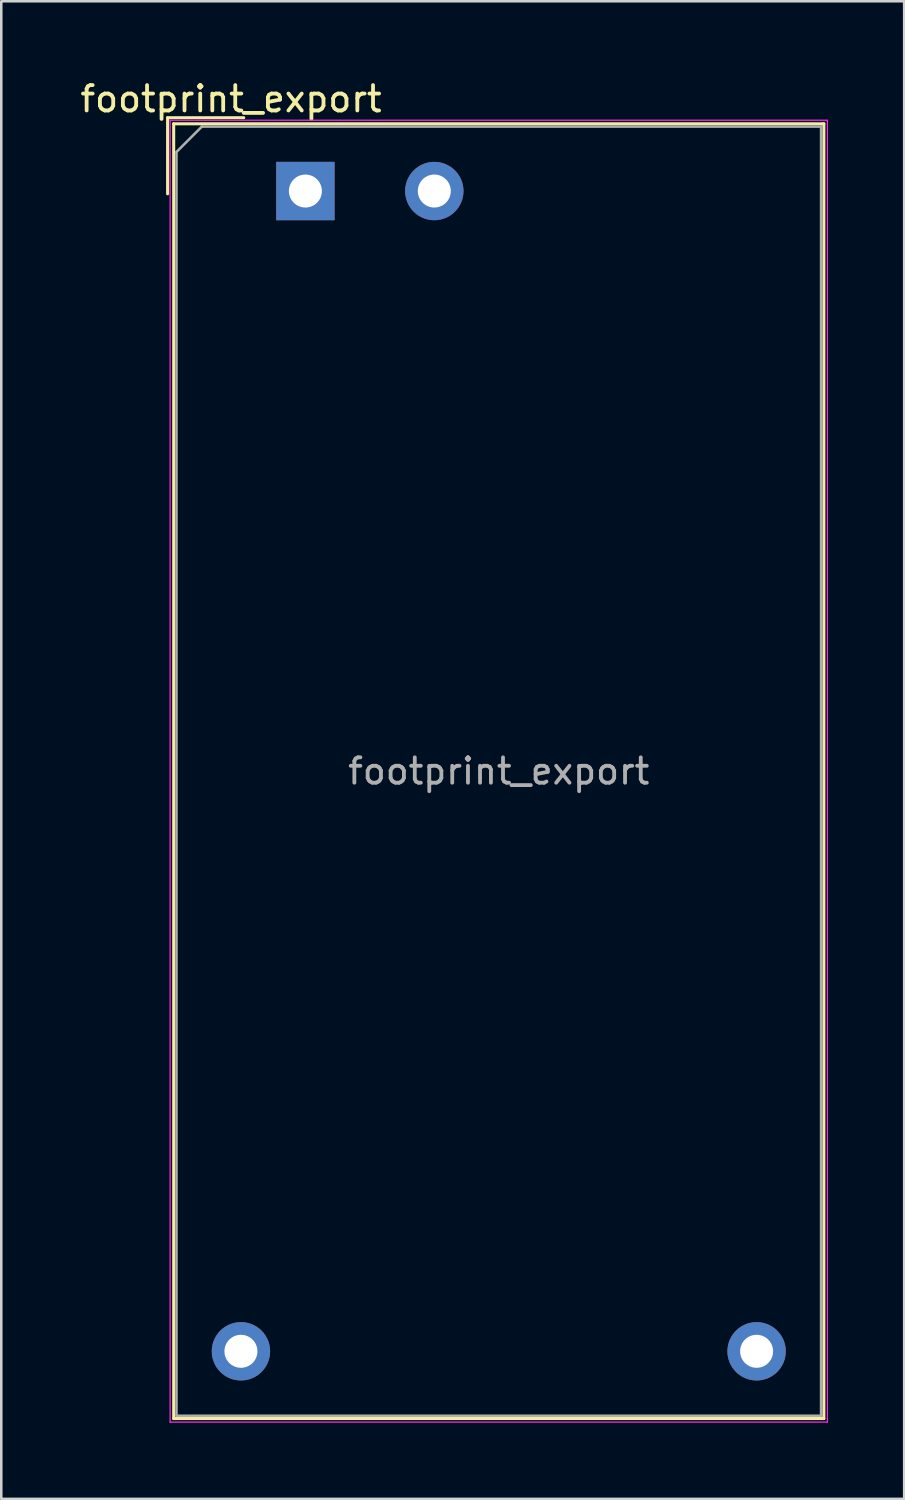
<source format=kicad_pcb>
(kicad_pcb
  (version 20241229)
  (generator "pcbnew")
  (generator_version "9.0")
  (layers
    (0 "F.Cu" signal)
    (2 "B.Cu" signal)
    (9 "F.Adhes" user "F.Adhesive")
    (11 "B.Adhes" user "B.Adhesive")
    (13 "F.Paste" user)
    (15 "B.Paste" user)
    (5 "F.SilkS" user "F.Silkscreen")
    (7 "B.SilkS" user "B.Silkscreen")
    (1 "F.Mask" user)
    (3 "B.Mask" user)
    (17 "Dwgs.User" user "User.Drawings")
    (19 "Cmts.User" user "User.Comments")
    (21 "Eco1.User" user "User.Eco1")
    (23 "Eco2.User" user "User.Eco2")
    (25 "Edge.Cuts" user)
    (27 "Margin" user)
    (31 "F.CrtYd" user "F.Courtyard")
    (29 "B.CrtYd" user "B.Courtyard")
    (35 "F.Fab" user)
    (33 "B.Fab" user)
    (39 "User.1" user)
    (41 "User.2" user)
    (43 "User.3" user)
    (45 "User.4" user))
  (footprint "footprint_export"
    (layer "F.Cu")
    (at 8.984 4.478)
    (property "Reference" "footprint_export" (at -2.93 -3.63 0) (layer "F.SilkS") (effects (font (size 1 1) (thickness 0.15))))
    (attr through_hole)
    (fp_line (start -5.43 -2.89) (end -2.43 -2.89) (stroke (width 0.12) (type solid)) (layer "F.SilkS"))
    (fp_line (start -5.43 0.11) (end -5.43 -2.89) (stroke (width 0.12) (type solid)) (layer "F.SilkS"))
    (fp_line (start -5.19 -2.65) (end -5.19 48.37) (stroke (width 0.12) (type solid)) (layer "F.SilkS"))
    (fp_line (start -5.19 -2.65) (end 20.43 -2.65) (stroke (width 0.12) (type solid)) (layer "F.SilkS"))
    (fp_line (start -5.19 48.37) (end 20.43 48.37) (stroke (width 0.12) (type solid)) (layer "F.SilkS"))
    (fp_line (start 20.43 -2.65) (end 20.43 48.37) (stroke (width 0.12) (type solid)) (layer "F.SilkS"))
    (fp_line (start -5.33 -2.79) (end -5.33 48.51) (stroke (width 0.05) (type solid)) (layer "F.CrtYd"))
    (fp_line (start -5.33 -2.79) (end 20.57 -2.79) (stroke (width 0.05) (type solid)) (layer "F.CrtYd"))
    (fp_line (start -5.33 48.51) (end 20.57 48.51) (stroke (width 0.05) (type solid)) (layer "F.CrtYd"))
    (fp_line (start 20.57 -2.79) (end 20.57 48.51) (stroke (width 0.05) (type solid)) (layer "F.CrtYd"))
    (fp_line (start -5.08 -1.54) (end -4.08 -2.54) (stroke (width 0.1) (type solid)) (layer "F.Fab"))
    (fp_line (start -5.08 48.26) (end -5.08 -1.54) (stroke (width 0.1) (type solid)) (layer "F.Fab"))
    (fp_line (start -4.08 -2.54) (end 20.32 -2.54) (stroke (width 0.1) (type solid)) (layer "F.Fab"))
    (fp_line (start 20.32 -2.54) (end 20.32 48.26) (stroke (width 0.1) (type solid)) (layer "F.Fab"))
    (fp_line (start 20.32 48.26) (end -5.08 48.26) (stroke (width 0.1) (type solid)) (layer "F.Fab"))
    (fp_text user "${REFERENCE}" (at 7.62 22.86 0) (layer "F.Fab") (effects (font (size 1 1) (thickness 0.15))))
    (pad "1" thru_hole rect (at 0 0) (size 2.3 2.3) (drill 1.3) (layers "*.Cu" "*.Mask"))
    (pad "2" thru_hole circle (at 5.08 0) (size 2.3 2.3) (drill 1.3) (layers "*.Cu" "*.Mask"))
    (pad "3" thru_hole circle (at -2.54 45.72) (size 2.3 2.3) (drill 1.3) (layers "*.Cu" "*.Mask"))
    (pad "5" thru_hole circle (at 17.78 45.72) (size 2.3 2.3) (drill 1.3) (layers "*.Cu" "*.Mask")))
  (gr_rect
    (start -3 -3)
    (end 32.579 56.013)
    (stroke (width 0.1) (type default))
    (fill no)
    (layer "Edge.Cuts")))
</source>
